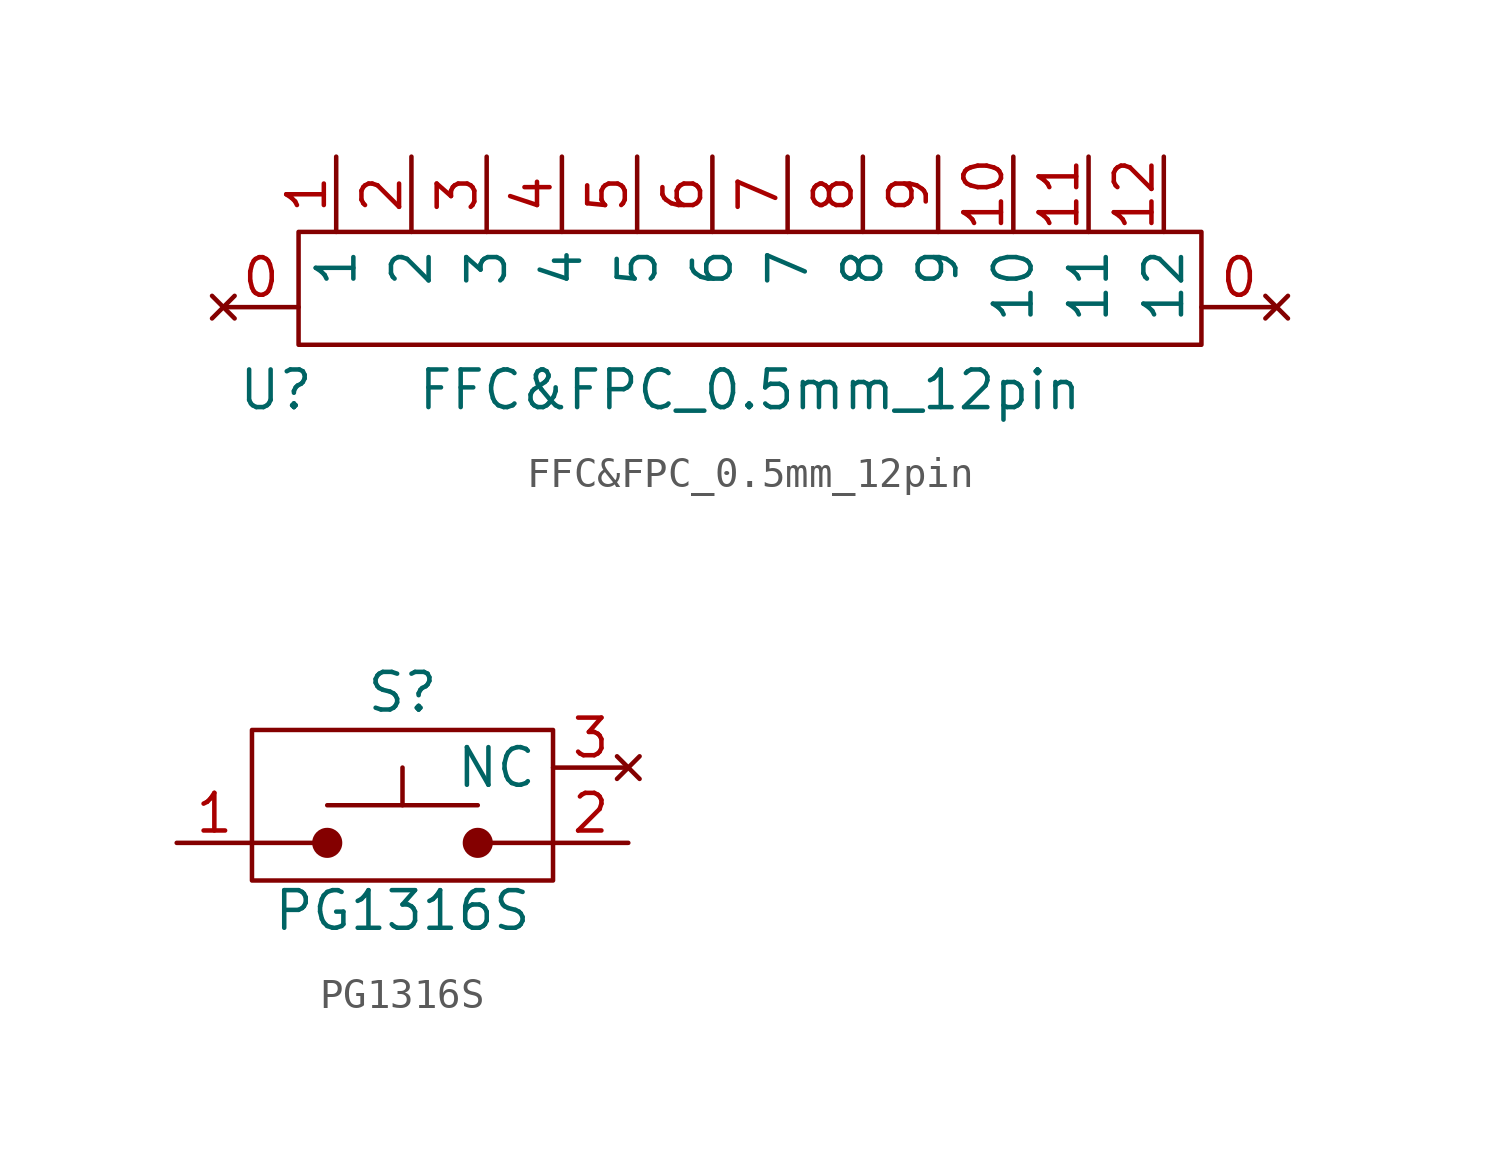
<source format=kicad_sym>
(kicad_symbol_lib
  (version 20241209)
  (generator "kicad_symbol_editor")
  (generator_version "9.0")
  (symbol "FFC&FPC_0.5mm_12pin"
    (property "Reference" "U"
      (at -16.002 -0.254 0)
      (effects (font (size 1.27 1.27))))
    (property "Value" "FFC&FPC_0.5mm_12pin"
      (at 0 -0.254 0)
      (effects (font (size 1.27 1.27))))
    (symbol "FFC&FPC_0.5mm_12pin_0_1"
      (rectangle (start -15.24 5.08) (end 15.24 1.27) (stroke (width 0) (type default)) (fill (type none))))
    (symbol "FFC&FPC_0.5mm_12pin_1_1"
      (pin no_connect line (at -17.78 2.54 0) (length 2.54) (name "" (effects (font (size 1.27 1.27)))) (number "0" (effects (font (size 1.27 1.27)))))
      (pin unspecified line (at -13.97 7.62 270) (length 2.54) (name "1" (effects (font (size 1.27 1.27)))) (number "1" (effects (font (size 1.27 1.27)))))
      (pin unspecified line (at -11.43 7.62 270) (length 2.54) (name "2" (effects (font (size 1.27 1.27)))) (number "2" (effects (font (size 1.27 1.27)))))
      (pin unspecified line (at -8.89 7.62 270) (length 2.54) (name "3" (effects (font (size 1.27 1.27)))) (number "3" (effects (font (size 1.27 1.27)))))
      (pin unspecified line (at -6.35 7.62 270) (length 2.54) (name "4" (effects (font (size 1.27 1.27)))) (number "4" (effects (font (size 1.27 1.27)))))
      (pin unspecified line (at -3.81 7.62 270) (length 2.54) (name "5" (effects (font (size 1.27 1.27)))) (number "5" (effects (font (size 1.27 1.27)))))
      (pin unspecified line (at -1.27 7.62 270) (length 2.54) (name "6" (effects (font (size 1.27 1.27)))) (number "6" (effects (font (size 1.27 1.27)))))
      (pin unspecified line (at 1.27 7.62 270) (length 2.54) (name "7" (effects (font (size 1.27 1.27)))) (number "7" (effects (font (size 1.27 1.27)))))
      (pin unspecified line (at 3.81 7.62 270) (length 2.54) (name "8" (effects (font (size 1.27 1.27)))) (number "8" (effects (font (size 1.27 1.27)))))
      (pin unspecified line (at 6.35 7.62 270) (length 2.54) (name "9" (effects (font (size 1.27 1.27)))) (number "9" (effects (font (size 1.27 1.27)))))
      (pin unspecified line (at 8.89 7.62 270) (length 2.54) (name "10" (effects (font (size 1.27 1.27)))) (number "10" (effects (font (size 1.27 1.27)))))
      (pin unspecified line (at 11.43 7.62 270) (length 2.54) (name "11" (effects (font (size 1.27 1.27)))) (number "11" (effects (font (size 1.27 1.27)))))
      (pin unspecified line (at 13.97 7.62 270) (length 2.54) (name "12" (effects (font (size 1.27 1.27)))) (number "12" (effects (font (size 1.27 1.27)))))
      (pin no_connect line (at 17.78 2.54 180) (length 2.54) (name "" (effects (font (size 1.27 1.27)))) (number "0" (effects (font (size 1.27 1.27)))))))
  (symbol "PG1316S"
    (property "Reference" "S"
      (at 0 0 0)
      (effects (font (size 1.27 1.27))))
    (property "Value" "PG1316S"
      (at 0 -7.366 0)
      (effects (font (size 1.27 1.27))))
    (symbol "PG1316S_0_1"
      (rectangle (start -5.08 -1.27) (end 5.08 -6.35) (stroke (width 0) (type default)) (fill (type none)))
      (polyline (pts (xy -5.08 -5.08) (xy -2.54 -5.08)) (stroke (width 0) (type default)) (fill (type none)))
      (polyline (pts (xy -2.54 -3.81) (xy 2.54 -3.81)) (stroke (width 0) (type default)) (fill (type none)))
      (polyline (pts (xy 0 -3.81) (xy 0 -2.54)) (stroke (width 0) (type default)) (fill (type none)))
      (polyline (pts (xy 5.08 -5.08) (xy 2.54 -5.08)) (stroke (width 0) (type default)) (fill (type none))))
    (symbol "PG1316S_1_1"
      (circle (center -2.54 -5.08) (radius 0.508) (stroke (width -0.0001) (type solid)) (fill (type outline)))
      (circle (center 2.54 -5.08) (radius 0.508) (stroke (width -0.0001) (type solid)) (fill (type outline)))
      (pin bidirectional line (at -7.62 -5.08 0) (length 2.54) (name "1" (effects (font (size 0 0)))) (number "1" (effects (font (size 1.27 1.27)))))
      (pin no_connect line (at 7.62 -2.54 180) (length 2.54) (name "NC" (effects (font (size 1.27 1.27)))) (number "3" (effects (font (size 1.27 1.27)))))
      (pin bidirectional line (at 7.62 -5.08 180) (length 2.54) (name "2" (effects (font (size 0 0)))) (number "2" (effects (font (size 1.27 1.27))))))))
</source>
